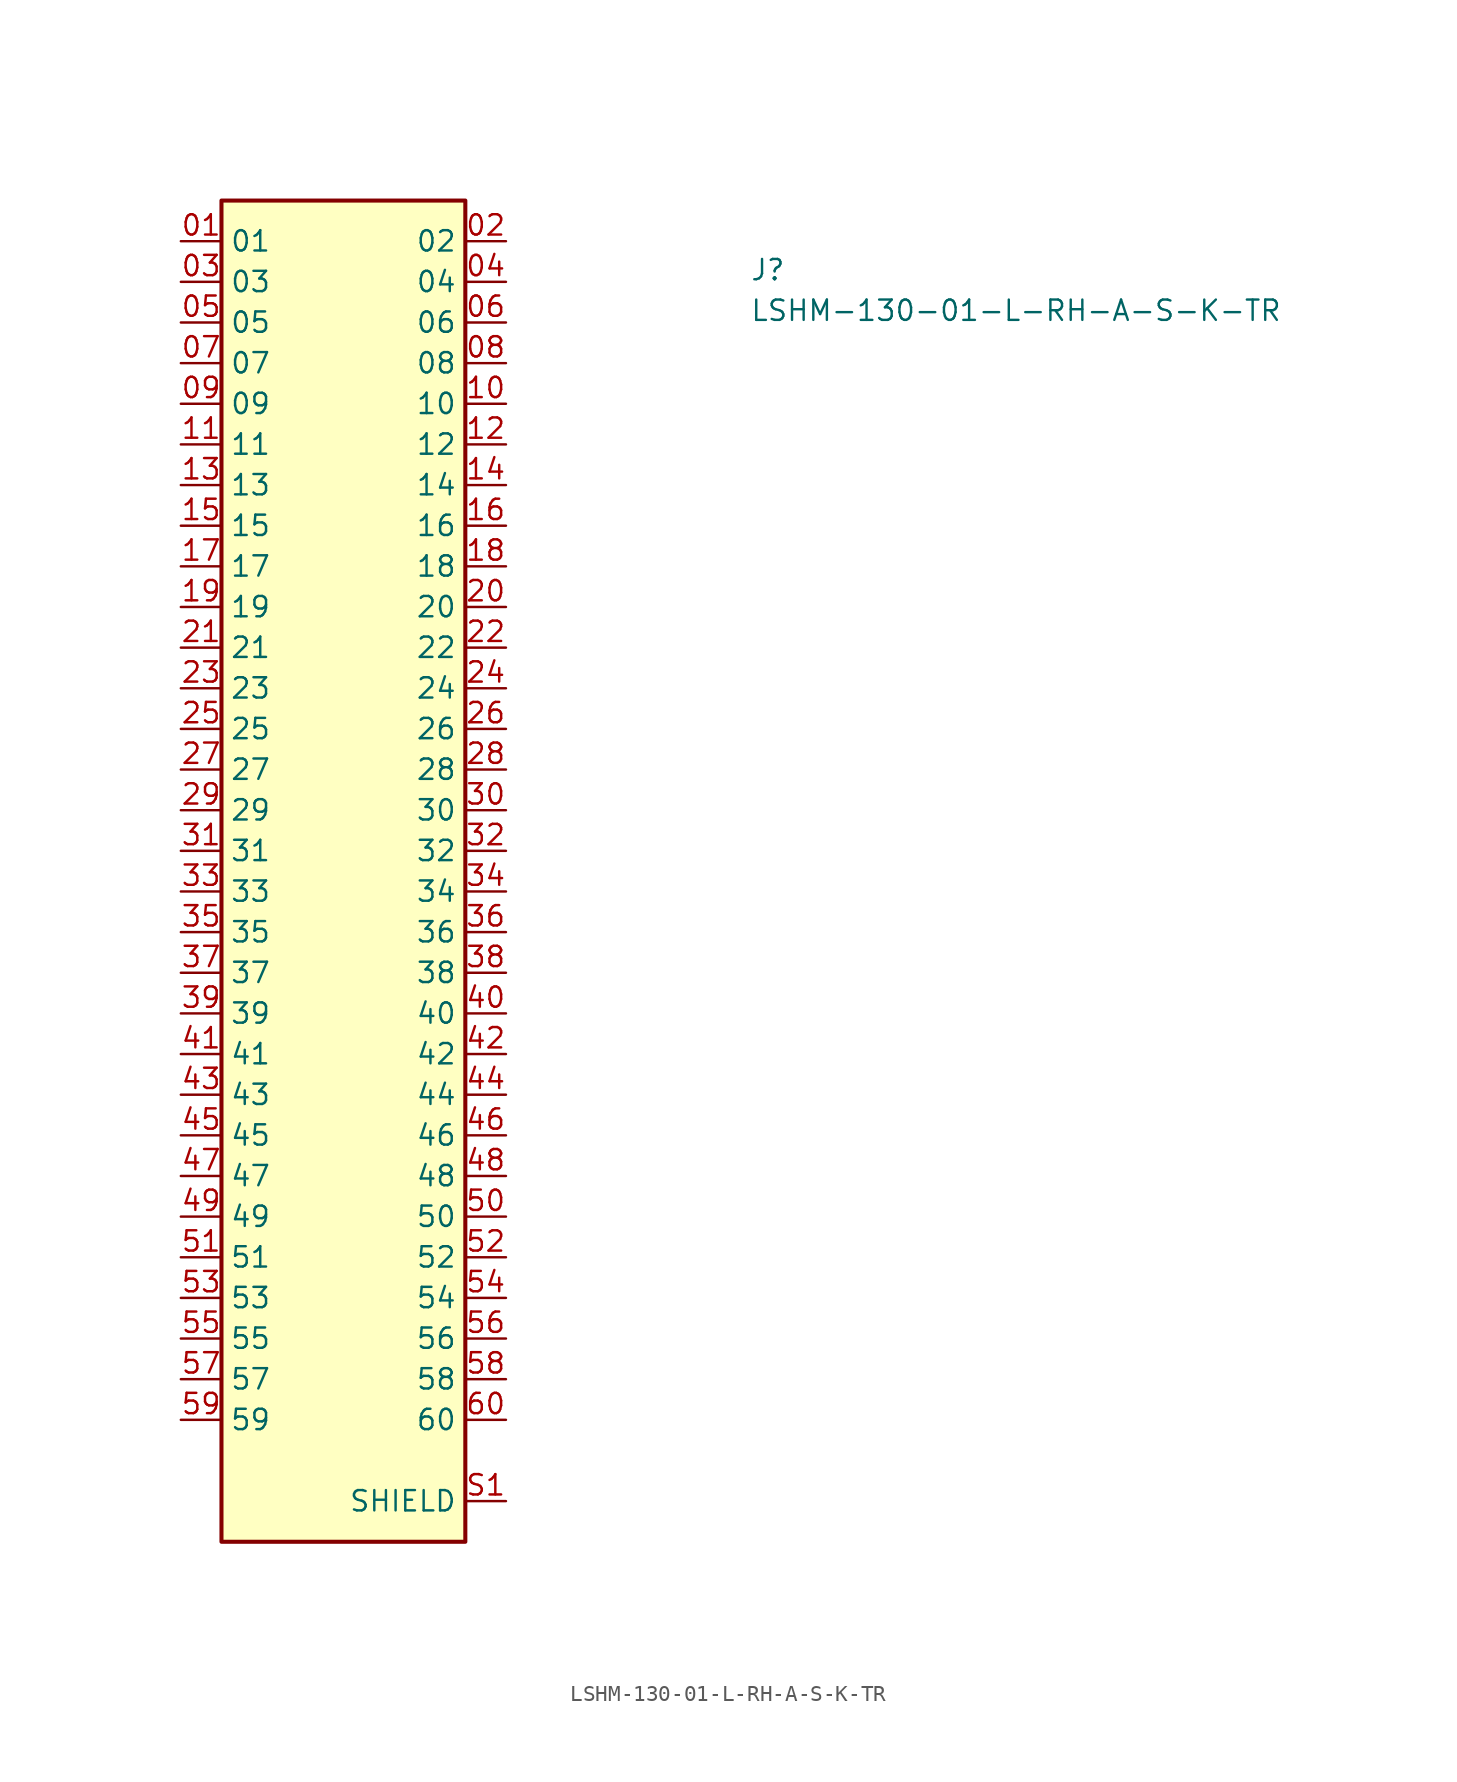
<source format=kicad_sym>
(kicad_symbol_lib
  (version 20211014)
  (generator kicad_symbol_editor)
  (symbol "LSHM-130-01-L-RH-A-S-K-TR"
    (property "Reference" "J"
      (at 35.56 -2.54 0)
      (effects (font (size 1.27 1.27) (thickness 0.15)) (justify left bottom)))
    (property "Value" "LSHM-130-01-L-RH-A-S-K-TR"
      (at 35.56 -5.08 0)
      (effects (font (size 1.27 1.27) (thickness 0.15)) (justify left bottom)))
    (symbol "LSHM-130-01-L-RH-A-S-K-TR_1_1"
      (rectangle (start 2.54 -81.28) (end 17.78 2.54) (stroke (width 0.254) (type default) (color 0 0 0 0)) (fill (type background)))
      (pin passive line (at 0 0 0) (length 2.54) (name "01" (effects (font (size 1.27 1.27)))) (number "01" (effects (font (size 1.27 1.27)))))
      (pin passive line (at 20.32 0 180) (length 2.54) (name "02" (effects (font (size 1.27 1.27)))) (number "02" (effects (font (size 1.27 1.27)))))
      (pin passive line (at 0 -2.54 0) (length 2.54) (name "03" (effects (font (size 1.27 1.27)))) (number "03" (effects (font (size 1.27 1.27)))))
      (pin passive line (at 20.32 -2.54 180) (length 2.54) (name "04" (effects (font (size 1.27 1.27)))) (number "04" (effects (font (size 1.27 1.27)))))
      (pin passive line (at 0 -5.08 0) (length 2.54) (name "05" (effects (font (size 1.27 1.27)))) (number "05" (effects (font (size 1.27 1.27)))))
      (pin passive line (at 20.32 -5.08 180) (length 2.54) (name "06" (effects (font (size 1.27 1.27)))) (number "06" (effects (font (size 1.27 1.27)))))
      (pin passive line (at 0 -7.62 0) (length 2.54) (name "07" (effects (font (size 1.27 1.27)))) (number "07" (effects (font (size 1.27 1.27)))))
      (pin passive line (at 20.32 -7.62 180) (length 2.54) (name "08" (effects (font (size 1.27 1.27)))) (number "08" (effects (font (size 1.27 1.27)))))
      (pin passive line (at 0 -10.16 0) (length 2.54) (name "09" (effects (font (size 1.27 1.27)))) (number "09" (effects (font (size 1.27 1.27)))))
      (pin passive line (at 20.32 -10.16 180) (length 2.54) (name "10" (effects (font (size 1.27 1.27)))) (number "10" (effects (font (size 1.27 1.27)))))
      (pin passive line (at 0 -12.7 0) (length 2.54) (name "11" (effects (font (size 1.27 1.27)))) (number "11" (effects (font (size 1.27 1.27)))))
      (pin passive line (at 20.32 -12.7 180) (length 2.54) (name "12" (effects (font (size 1.27 1.27)))) (number "12" (effects (font (size 1.27 1.27)))))
      (pin passive line (at 0 -15.24 0) (length 2.54) (name "13" (effects (font (size 1.27 1.27)))) (number "13" (effects (font (size 1.27 1.27)))))
      (pin passive line (at 20.32 -15.24 180) (length 2.54) (name "14" (effects (font (size 1.27 1.27)))) (number "14" (effects (font (size 1.27 1.27)))))
      (pin passive line (at 0 -17.78 0) (length 2.54) (name "15" (effects (font (size 1.27 1.27)))) (number "15" (effects (font (size 1.27 1.27)))))
      (pin passive line (at 20.32 -17.78 180) (length 2.54) (name "16" (effects (font (size 1.27 1.27)))) (number "16" (effects (font (size 1.27 1.27)))))
      (pin passive line (at 0 -20.32 0) (length 2.54) (name "17" (effects (font (size 1.27 1.27)))) (number "17" (effects (font (size 1.27 1.27)))))
      (pin passive line (at 20.32 -20.32 180) (length 2.54) (name "18" (effects (font (size 1.27 1.27)))) (number "18" (effects (font (size 1.27 1.27)))))
      (pin passive line (at 0 -22.86 0) (length 2.54) (name "19" (effects (font (size 1.27 1.27)))) (number "19" (effects (font (size 1.27 1.27)))))
      (pin passive line (at 20.32 -22.86 180) (length 2.54) (name "20" (effects (font (size 1.27 1.27)))) (number "20" (effects (font (size 1.27 1.27)))))
      (pin passive line (at 0 -25.4 0) (length 2.54) (name "21" (effects (font (size 1.27 1.27)))) (number "21" (effects (font (size 1.27 1.27)))))
      (pin passive line (at 20.32 -25.4 180) (length 2.54) (name "22" (effects (font (size 1.27 1.27)))) (number "22" (effects (font (size 1.27 1.27)))))
      (pin passive line (at 0 -27.94 0) (length 2.54) (name "23" (effects (font (size 1.27 1.27)))) (number "23" (effects (font (size 1.27 1.27)))))
      (pin passive line (at 20.32 -27.94 180) (length 2.54) (name "24" (effects (font (size 1.27 1.27)))) (number "24" (effects (font (size 1.27 1.27)))))
      (pin passive line (at 0 -30.48 0) (length 2.54) (name "25" (effects (font (size 1.27 1.27)))) (number "25" (effects (font (size 1.27 1.27)))))
      (pin passive line (at 20.32 -30.48 180) (length 2.54) (name "26" (effects (font (size 1.27 1.27)))) (number "26" (effects (font (size 1.27 1.27)))))
      (pin passive line (at 0 -33.02 0) (length 2.54) (name "27" (effects (font (size 1.27 1.27)))) (number "27" (effects (font (size 1.27 1.27)))))
      (pin passive line (at 20.32 -33.02 180) (length 2.54) (name "28" (effects (font (size 1.27 1.27)))) (number "28" (effects (font (size 1.27 1.27)))))
      (pin passive line (at 0 -35.56 0) (length 2.54) (name "29" (effects (font (size 1.27 1.27)))) (number "29" (effects (font (size 1.27 1.27)))))
      (pin passive line (at 20.32 -35.56 180) (length 2.54) (name "30" (effects (font (size 1.27 1.27)))) (number "30" (effects (font (size 1.27 1.27)))))
      (pin passive line (at 0 -38.1 0) (length 2.54) (name "31" (effects (font (size 1.27 1.27)))) (number "31" (effects (font (size 1.27 1.27)))))
      (pin passive line (at 20.32 -38.1 180) (length 2.54) (name "32" (effects (font (size 1.27 1.27)))) (number "32" (effects (font (size 1.27 1.27)))))
      (pin passive line (at 0 -40.64 0) (length 2.54) (name "33" (effects (font (size 1.27 1.27)))) (number "33" (effects (font (size 1.27 1.27)))))
      (pin passive line (at 20.32 -40.64 180) (length 2.54) (name "34" (effects (font (size 1.27 1.27)))) (number "34" (effects (font (size 1.27 1.27)))))
      (pin passive line (at 0 -43.18 0) (length 2.54) (name "35" (effects (font (size 1.27 1.27)))) (number "35" (effects (font (size 1.27 1.27)))))
      (pin passive line (at 20.32 -43.18 180) (length 2.54) (name "36" (effects (font (size 1.27 1.27)))) (number "36" (effects (font (size 1.27 1.27)))))
      (pin passive line (at 0 -45.72 0) (length 2.54) (name "37" (effects (font (size 1.27 1.27)))) (number "37" (effects (font (size 1.27 1.27)))))
      (pin passive line (at 20.32 -45.72 180) (length 2.54) (name "38" (effects (font (size 1.27 1.27)))) (number "38" (effects (font (size 1.27 1.27)))))
      (pin passive line (at 0 -48.26 0) (length 2.54) (name "39" (effects (font (size 1.27 1.27)))) (number "39" (effects (font (size 1.27 1.27)))))
      (pin passive line (at 20.32 -48.26 180) (length 2.54) (name "40" (effects (font (size 1.27 1.27)))) (number "40" (effects (font (size 1.27 1.27)))))
      (pin passive line (at 0 -50.8 0) (length 2.54) (name "41" (effects (font (size 1.27 1.27)))) (number "41" (effects (font (size 1.27 1.27)))))
      (pin passive line (at 20.32 -50.8 180) (length 2.54) (name "42" (effects (font (size 1.27 1.27)))) (number "42" (effects (font (size 1.27 1.27)))))
      (pin passive line (at 0 -53.34 0) (length 2.54) (name "43" (effects (font (size 1.27 1.27)))) (number "43" (effects (font (size 1.27 1.27)))))
      (pin passive line (at 20.32 -53.34 180) (length 2.54) (name "44" (effects (font (size 1.27 1.27)))) (number "44" (effects (font (size 1.27 1.27)))))
      (pin passive line (at 0 -55.88 0) (length 2.54) (name "45" (effects (font (size 1.27 1.27)))) (number "45" (effects (font (size 1.27 1.27)))))
      (pin passive line (at 20.32 -55.88 180) (length 2.54) (name "46" (effects (font (size 1.27 1.27)))) (number "46" (effects (font (size 1.27 1.27)))))
      (pin passive line (at 0 -58.42 0) (length 2.54) (name "47" (effects (font (size 1.27 1.27)))) (number "47" (effects (font (size 1.27 1.27)))))
      (pin passive line (at 20.32 -58.42 180) (length 2.54) (name "48" (effects (font (size 1.27 1.27)))) (number "48" (effects (font (size 1.27 1.27)))))
      (pin passive line (at 0 -60.96 0) (length 2.54) (name "49" (effects (font (size 1.27 1.27)))) (number "49" (effects (font (size 1.27 1.27)))))
      (pin passive line (at 20.32 -60.96 180) (length 2.54) (name "50" (effects (font (size 1.27 1.27)))) (number "50" (effects (font (size 1.27 1.27)))))
      (pin passive line (at 0 -63.5 0) (length 2.54) (name "51" (effects (font (size 1.27 1.27)))) (number "51" (effects (font (size 1.27 1.27)))))
      (pin passive line (at 20.32 -63.5 180) (length 2.54) (name "52" (effects (font (size 1.27 1.27)))) (number "52" (effects (font (size 1.27 1.27)))))
      (pin passive line (at 0 -66.04 0) (length 2.54) (name "53" (effects (font (size 1.27 1.27)))) (number "53" (effects (font (size 1.27 1.27)))))
      (pin passive line (at 20.32 -66.04 180) (length 2.54) (name "54" (effects (font (size 1.27 1.27)))) (number "54" (effects (font (size 1.27 1.27)))))
      (pin passive line (at 0 -68.58 0) (length 2.54) (name "55" (effects (font (size 1.27 1.27)))) (number "55" (effects (font (size 1.27 1.27)))))
      (pin passive line (at 20.32 -68.58 180) (length 2.54) (name "56" (effects (font (size 1.27 1.27)))) (number "56" (effects (font (size 1.27 1.27)))))
      (pin passive line (at 0 -71.12 0) (length 2.54) (name "57" (effects (font (size 1.27 1.27)))) (number "57" (effects (font (size 1.27 1.27)))))
      (pin passive line (at 20.32 -71.12 180) (length 2.54) (name "58" (effects (font (size 1.27 1.27)))) (number "58" (effects (font (size 1.27 1.27)))))
      (pin passive line (at 0 -73.66 0) (length 2.54) (name "59" (effects (font (size 1.27 1.27)))) (number "59" (effects (font (size 1.27 1.27)))))
      (pin passive line (at 20.32 -73.66 180) (length 2.54) (name "60" (effects (font (size 1.27 1.27)))) (number "60" (effects (font (size 1.27 1.27)))))
      (pin passive line (at 20.32 -78.74 180) (length 2.54) (name "SHIELD" (effects (font (size 1.27 1.27)))) (number "S1" (effects (font (size 1.27 1.27)))))
      (pin passive line (at 20.32 -78.74 180) (length 2.54) hide (name "SHIELD" (effects (font (size 1.27 1.27)))) (number "S2" (effects (font (size 1.27 1.27))))))))
</source>
